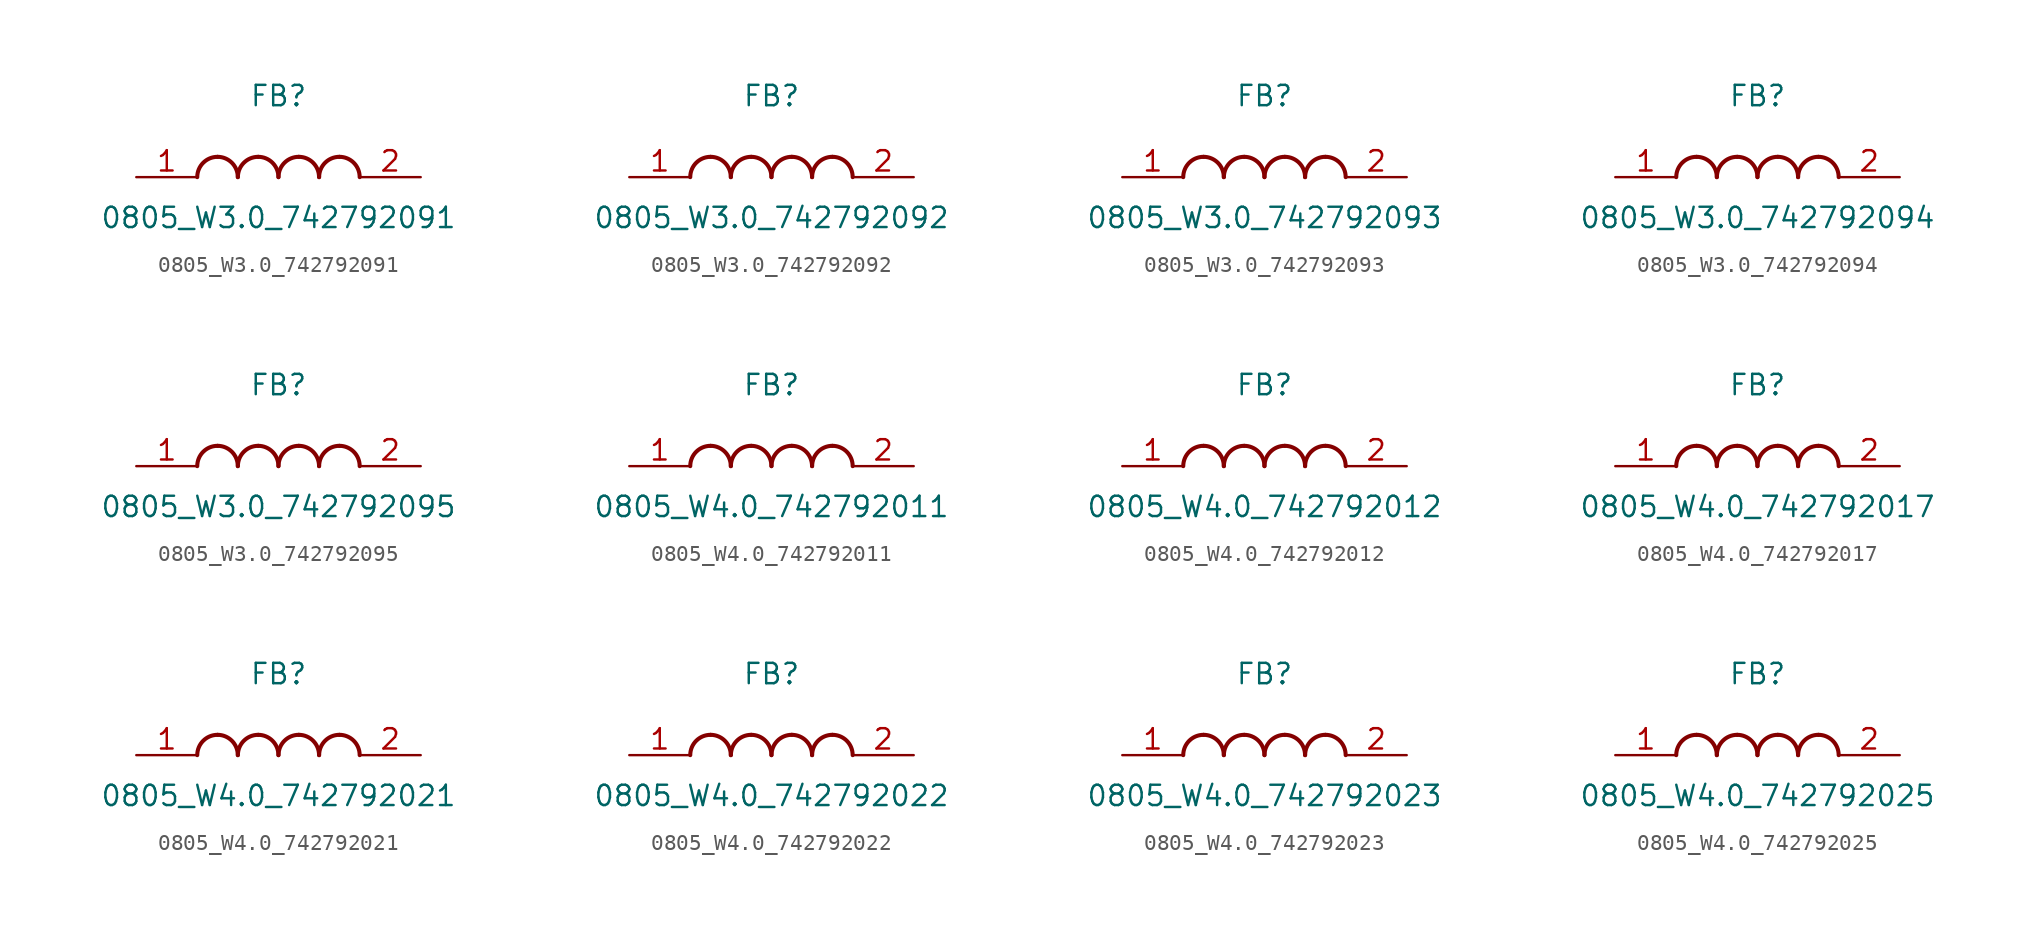
<source format=kicad_sym>
(kicad_symbol_lib
  (version 20211014)
  (generator kicad_symbol_editor)
  (symbol "Ferrite_Wurth_WE-CBF:0805_W3.0_742792091"
    (pin_names hide)
    (property "Reference" "FB"
      (at 0 5.08 0)
      (effects (font (size 1.27 1.27))))
    (property "Value" "0805_W3.0_742792091"
      (at 0 -2.54 0)
      (effects (font (size 1.27 1.27))))
    (symbol "0805_W3.0_742792091_0_1"
      (arc (start -3.81 1.27) (mid -4.708 0.898) (end -5.08 0) (stroke (width 0.254) (type default)) (fill (type none)))
      (arc (start -2.54 0) (mid -2.912 0.898) (end -3.81 1.27) (stroke (width 0.254) (type default)) (fill (type none)))
      (arc (start -1.2699 1.2701) (mid -2.1679 0.8981) (end -2.5399 0.0001) (stroke (width 0.254) (type default)) (fill (type none)))
      (arc (start 0.0001 0.0001) (mid -0.3719 0.8981) (end -1.2699 1.2701) (stroke (width 0.254) (type default)) (fill (type none)))
      (arc (start 1.2701 1.2701) (mid 0.3721 0.8981) (end 0.0001 0.0001) (stroke (width 0.254) (type default)) (fill (type none)))
      (arc (start 2.5401 0.0001) (mid 2.1681 0.8981) (end 1.2701 1.2701) (stroke (width 0.254) (type default)) (fill (type none)))
      (arc (start 3.8101 1.2701) (mid 2.9121 0.8981) (end 2.5401 0.0001) (stroke (width 0.254) (type default)) (fill (type none)))
      (arc (start 5.0801 0.0001) (mid 4.7081 0.8981) (end 3.8101 1.2701) (stroke (width 0.254) (type default)) (fill (type none))))
    (symbol "0805_W3.0_742792091_1_1"
      (pin passive line (at -8.89 0 0) (length 3.81) (name "1" (effects (font (size 1.27 1.27)))) (number "1" (effects (font (size 1.27 1.27)))))
      (pin passive line (at 8.89 0 180) (length 3.81) (name "2" (effects (font (size 1.27 1.27)))) (number "2" (effects (font (size 1.27 1.27)))))))
  (symbol "Ferrite_Wurth_WE-CBF:0805_W3.0_742792092"
    (pin_names hide)
    (property "Reference" "FB"
      (at 0 5.08 0)
      (effects (font (size 1.27 1.27))))
    (property "Value" "0805_W3.0_742792092"
      (at 0 -2.54 0)
      (effects (font (size 1.27 1.27))))
    (symbol "0805_W3.0_742792092_0_1"
      (arc (start -3.81 1.27) (mid -4.708 0.898) (end -5.08 0) (stroke (width 0.254) (type default)) (fill (type none)))
      (arc (start -2.54 0) (mid -2.912 0.898) (end -3.81 1.27) (stroke (width 0.254) (type default)) (fill (type none)))
      (arc (start -1.2699 1.2701) (mid -2.1679 0.8981) (end -2.5399 0.0001) (stroke (width 0.254) (type default)) (fill (type none)))
      (arc (start 0.0001 0.0001) (mid -0.3719 0.8981) (end -1.2699 1.2701) (stroke (width 0.254) (type default)) (fill (type none)))
      (arc (start 1.2701 1.2701) (mid 0.3721 0.8981) (end 0.0001 0.0001) (stroke (width 0.254) (type default)) (fill (type none)))
      (arc (start 2.5401 0.0001) (mid 2.1681 0.8981) (end 1.2701 1.2701) (stroke (width 0.254) (type default)) (fill (type none)))
      (arc (start 3.8101 1.2701) (mid 2.9121 0.8981) (end 2.5401 0.0001) (stroke (width 0.254) (type default)) (fill (type none)))
      (arc (start 5.0801 0.0001) (mid 4.7081 0.8981) (end 3.8101 1.2701) (stroke (width 0.254) (type default)) (fill (type none))))
    (symbol "0805_W3.0_742792092_1_1"
      (pin passive line (at -8.89 0 0) (length 3.81) (name "1" (effects (font (size 1.27 1.27)))) (number "1" (effects (font (size 1.27 1.27)))))
      (pin passive line (at 8.89 0 180) (length 3.81) (name "2" (effects (font (size 1.27 1.27)))) (number "2" (effects (font (size 1.27 1.27)))))))
  (symbol "Ferrite_Wurth_WE-CBF:0805_W3.0_742792093"
    (pin_names hide)
    (property "Reference" "FB"
      (at 0 5.08 0)
      (effects (font (size 1.27 1.27))))
    (property "Value" "0805_W3.0_742792093"
      (at 0 -2.54 0)
      (effects (font (size 1.27 1.27))))
    (symbol "0805_W3.0_742792093_0_1"
      (arc (start -3.81 1.27) (mid -4.708 0.898) (end -5.08 0) (stroke (width 0.254) (type default)) (fill (type none)))
      (arc (start -2.54 0) (mid -2.912 0.898) (end -3.81 1.27) (stroke (width 0.254) (type default)) (fill (type none)))
      (arc (start -1.2699 1.2701) (mid -2.1679 0.8981) (end -2.5399 0.0001) (stroke (width 0.254) (type default)) (fill (type none)))
      (arc (start 0.0001 0.0001) (mid -0.3719 0.8981) (end -1.2699 1.2701) (stroke (width 0.254) (type default)) (fill (type none)))
      (arc (start 1.2701 1.2701) (mid 0.3721 0.8981) (end 0.0001 0.0001) (stroke (width 0.254) (type default)) (fill (type none)))
      (arc (start 2.5401 0.0001) (mid 2.1681 0.8981) (end 1.2701 1.2701) (stroke (width 0.254) (type default)) (fill (type none)))
      (arc (start 3.8101 1.2701) (mid 2.9121 0.8981) (end 2.5401 0.0001) (stroke (width 0.254) (type default)) (fill (type none)))
      (arc (start 5.0801 0.0001) (mid 4.7081 0.8981) (end 3.8101 1.2701) (stroke (width 0.254) (type default)) (fill (type none))))
    (symbol "0805_W3.0_742792093_1_1"
      (pin passive line (at -8.89 0 0) (length 3.81) (name "1" (effects (font (size 1.27 1.27)))) (number "1" (effects (font (size 1.27 1.27)))))
      (pin passive line (at 8.89 0 180) (length 3.81) (name "2" (effects (font (size 1.27 1.27)))) (number "2" (effects (font (size 1.27 1.27)))))))
  (symbol "Ferrite_Wurth_WE-CBF:0805_W3.0_742792094"
    (pin_names hide)
    (property "Reference" "FB"
      (at 0 5.08 0)
      (effects (font (size 1.27 1.27))))
    (property "Value" "0805_W3.0_742792094"
      (at 0 -2.54 0)
      (effects (font (size 1.27 1.27))))
    (symbol "0805_W3.0_742792094_0_1"
      (arc (start -3.81 1.27) (mid -4.708 0.898) (end -5.08 0) (stroke (width 0.254) (type default)) (fill (type none)))
      (arc (start -2.54 0) (mid -2.912 0.898) (end -3.81 1.27) (stroke (width 0.254) (type default)) (fill (type none)))
      (arc (start -1.2699 1.2701) (mid -2.1679 0.8981) (end -2.5399 0.0001) (stroke (width 0.254) (type default)) (fill (type none)))
      (arc (start 0.0001 0.0001) (mid -0.3719 0.8981) (end -1.2699 1.2701) (stroke (width 0.254) (type default)) (fill (type none)))
      (arc (start 1.2701 1.2701) (mid 0.3721 0.8981) (end 0.0001 0.0001) (stroke (width 0.254) (type default)) (fill (type none)))
      (arc (start 2.5401 0.0001) (mid 2.1681 0.8981) (end 1.2701 1.2701) (stroke (width 0.254) (type default)) (fill (type none)))
      (arc (start 3.8101 1.2701) (mid 2.9121 0.8981) (end 2.5401 0.0001) (stroke (width 0.254) (type default)) (fill (type none)))
      (arc (start 5.0801 0.0001) (mid 4.7081 0.8981) (end 3.8101 1.2701) (stroke (width 0.254) (type default)) (fill (type none))))
    (symbol "0805_W3.0_742792094_1_1"
      (pin passive line (at -8.89 0 0) (length 3.81) (name "1" (effects (font (size 1.27 1.27)))) (number "1" (effects (font (size 1.27 1.27)))))
      (pin passive line (at 8.89 0 180) (length 3.81) (name "2" (effects (font (size 1.27 1.27)))) (number "2" (effects (font (size 1.27 1.27)))))))
  (symbol "Ferrite_Wurth_WE-CBF:0805_W3.0_742792095"
    (pin_names hide)
    (property "Reference" "FB"
      (at 0 5.08 0)
      (effects (font (size 1.27 1.27))))
    (property "Value" "0805_W3.0_742792095"
      (at 0 -2.54 0)
      (effects (font (size 1.27 1.27))))
    (symbol "0805_W3.0_742792095_0_1"
      (arc (start -3.81 1.27) (mid -4.708 0.898) (end -5.08 0) (stroke (width 0.254) (type default)) (fill (type none)))
      (arc (start -2.54 0) (mid -2.912 0.898) (end -3.81 1.27) (stroke (width 0.254) (type default)) (fill (type none)))
      (arc (start -1.2699 1.2701) (mid -2.1679 0.8981) (end -2.5399 0.0001) (stroke (width 0.254) (type default)) (fill (type none)))
      (arc (start 0.0001 0.0001) (mid -0.3719 0.8981) (end -1.2699 1.2701) (stroke (width 0.254) (type default)) (fill (type none)))
      (arc (start 1.2701 1.2701) (mid 0.3721 0.8981) (end 0.0001 0.0001) (stroke (width 0.254) (type default)) (fill (type none)))
      (arc (start 2.5401 0.0001) (mid 2.1681 0.8981) (end 1.2701 1.2701) (stroke (width 0.254) (type default)) (fill (type none)))
      (arc (start 3.8101 1.2701) (mid 2.9121 0.8981) (end 2.5401 0.0001) (stroke (width 0.254) (type default)) (fill (type none)))
      (arc (start 5.0801 0.0001) (mid 4.7081 0.8981) (end 3.8101 1.2701) (stroke (width 0.254) (type default)) (fill (type none))))
    (symbol "0805_W3.0_742792095_1_1"
      (pin passive line (at -8.89 0 0) (length 3.81) (name "1" (effects (font (size 1.27 1.27)))) (number "1" (effects (font (size 1.27 1.27)))))
      (pin passive line (at 8.89 0 180) (length 3.81) (name "2" (effects (font (size 1.27 1.27)))) (number "2" (effects (font (size 1.27 1.27)))))))
  (symbol "Ferrite_Wurth_WE-CBF:0805_W4.0_742792011"
    (pin_names hide)
    (property "Reference" "FB"
      (at 0 5.08 0)
      (effects (font (size 1.27 1.27))))
    (property "Value" "0805_W4.0_742792011"
      (at 0 -2.54 0)
      (effects (font (size 1.27 1.27))))
    (symbol "0805_W4.0_742792011_0_1"
      (arc (start -3.81 1.27) (mid -4.708 0.898) (end -5.08 0) (stroke (width 0.254) (type default)) (fill (type none)))
      (arc (start -2.54 0) (mid -2.912 0.898) (end -3.81 1.27) (stroke (width 0.254) (type default)) (fill (type none)))
      (arc (start -1.2699 1.2701) (mid -2.1679 0.8981) (end -2.5399 0.0001) (stroke (width 0.254) (type default)) (fill (type none)))
      (arc (start 0.0001 0.0001) (mid -0.3719 0.8981) (end -1.2699 1.2701) (stroke (width 0.254) (type default)) (fill (type none)))
      (arc (start 1.2701 1.2701) (mid 0.3721 0.8981) (end 0.0001 0.0001) (stroke (width 0.254) (type default)) (fill (type none)))
      (arc (start 2.5401 0.0001) (mid 2.1681 0.8981) (end 1.2701 1.2701) (stroke (width 0.254) (type default)) (fill (type none)))
      (arc (start 3.8101 1.2701) (mid 2.9121 0.8981) (end 2.5401 0.0001) (stroke (width 0.254) (type default)) (fill (type none)))
      (arc (start 5.0801 0.0001) (mid 4.7081 0.8981) (end 3.8101 1.2701) (stroke (width 0.254) (type default)) (fill (type none))))
    (symbol "0805_W4.0_742792011_1_1"
      (pin passive line (at -8.89 0 0) (length 3.81) (name "1" (effects (font (size 1.27 1.27)))) (number "1" (effects (font (size 1.27 1.27)))))
      (pin passive line (at 8.89 0 180) (length 3.81) (name "2" (effects (font (size 1.27 1.27)))) (number "2" (effects (font (size 1.27 1.27)))))))
  (symbol "Ferrite_Wurth_WE-CBF:0805_W4.0_742792012"
    (pin_names hide)
    (property "Reference" "FB"
      (at 0 5.08 0)
      (effects (font (size 1.27 1.27))))
    (property "Value" "0805_W4.0_742792012"
      (at 0 -2.54 0)
      (effects (font (size 1.27 1.27))))
    (symbol "0805_W4.0_742792012_0_1"
      (arc (start -3.81 1.27) (mid -4.708 0.898) (end -5.08 0) (stroke (width 0.254) (type default)) (fill (type none)))
      (arc (start -2.54 0) (mid -2.912 0.898) (end -3.81 1.27) (stroke (width 0.254) (type default)) (fill (type none)))
      (arc (start -1.2699 1.2701) (mid -2.1679 0.8981) (end -2.5399 0.0001) (stroke (width 0.254) (type default)) (fill (type none)))
      (arc (start 0.0001 0.0001) (mid -0.3719 0.8981) (end -1.2699 1.2701) (stroke (width 0.254) (type default)) (fill (type none)))
      (arc (start 1.2701 1.2701) (mid 0.3721 0.8981) (end 0.0001 0.0001) (stroke (width 0.254) (type default)) (fill (type none)))
      (arc (start 2.5401 0.0001) (mid 2.1681 0.8981) (end 1.2701 1.2701) (stroke (width 0.254) (type default)) (fill (type none)))
      (arc (start 3.8101 1.2701) (mid 2.9121 0.8981) (end 2.5401 0.0001) (stroke (width 0.254) (type default)) (fill (type none)))
      (arc (start 5.0801 0.0001) (mid 4.7081 0.8981) (end 3.8101 1.2701) (stroke (width 0.254) (type default)) (fill (type none))))
    (symbol "0805_W4.0_742792012_1_1"
      (pin passive line (at -8.89 0 0) (length 3.81) (name "1" (effects (font (size 1.27 1.27)))) (number "1" (effects (font (size 1.27 1.27)))))
      (pin passive line (at 8.89 0 180) (length 3.81) (name "2" (effects (font (size 1.27 1.27)))) (number "2" (effects (font (size 1.27 1.27)))))))
  (symbol "Ferrite_Wurth_WE-CBF:0805_W4.0_742792017"
    (pin_names hide)
    (property "Reference" "FB"
      (at 0 5.08 0)
      (effects (font (size 1.27 1.27))))
    (property "Value" "0805_W4.0_742792017"
      (at 0 -2.54 0)
      (effects (font (size 1.27 1.27))))
    (symbol "0805_W4.0_742792017_0_1"
      (arc (start -3.81 1.27) (mid -4.708 0.898) (end -5.08 0) (stroke (width 0.254) (type default)) (fill (type none)))
      (arc (start -2.54 0) (mid -2.912 0.898) (end -3.81 1.27) (stroke (width 0.254) (type default)) (fill (type none)))
      (arc (start -1.2699 1.2701) (mid -2.1679 0.8981) (end -2.5399 0.0001) (stroke (width 0.254) (type default)) (fill (type none)))
      (arc (start 0.0001 0.0001) (mid -0.3719 0.8981) (end -1.2699 1.2701) (stroke (width 0.254) (type default)) (fill (type none)))
      (arc (start 1.2701 1.2701) (mid 0.3721 0.8981) (end 0.0001 0.0001) (stroke (width 0.254) (type default)) (fill (type none)))
      (arc (start 2.5401 0.0001) (mid 2.1681 0.8981) (end 1.2701 1.2701) (stroke (width 0.254) (type default)) (fill (type none)))
      (arc (start 3.8101 1.2701) (mid 2.9121 0.8981) (end 2.5401 0.0001) (stroke (width 0.254) (type default)) (fill (type none)))
      (arc (start 5.0801 0.0001) (mid 4.7081 0.8981) (end 3.8101 1.2701) (stroke (width 0.254) (type default)) (fill (type none))))
    (symbol "0805_W4.0_742792017_1_1"
      (pin passive line (at -8.89 0 0) (length 3.81) (name "1" (effects (font (size 1.27 1.27)))) (number "1" (effects (font (size 1.27 1.27)))))
      (pin passive line (at 8.89 0 180) (length 3.81) (name "2" (effects (font (size 1.27 1.27)))) (number "2" (effects (font (size 1.27 1.27)))))))
  (symbol "Ferrite_Wurth_WE-CBF:0805_W4.0_742792021"
    (pin_names hide)
    (property "Reference" "FB"
      (at 0 5.08 0)
      (effects (font (size 1.27 1.27))))
    (property "Value" "0805_W4.0_742792021"
      (at 0 -2.54 0)
      (effects (font (size 1.27 1.27))))
    (symbol "0805_W4.0_742792021_0_1"
      (arc (start -3.81 1.27) (mid -4.708 0.898) (end -5.08 0) (stroke (width 0.254) (type default)) (fill (type none)))
      (arc (start -2.54 0) (mid -2.912 0.898) (end -3.81 1.27) (stroke (width 0.254) (type default)) (fill (type none)))
      (arc (start -1.2699 1.2701) (mid -2.1679 0.8981) (end -2.5399 0.0001) (stroke (width 0.254) (type default)) (fill (type none)))
      (arc (start 0.0001 0.0001) (mid -0.3719 0.8981) (end -1.2699 1.2701) (stroke (width 0.254) (type default)) (fill (type none)))
      (arc (start 1.2701 1.2701) (mid 0.3721 0.8981) (end 0.0001 0.0001) (stroke (width 0.254) (type default)) (fill (type none)))
      (arc (start 2.5401 0.0001) (mid 2.1681 0.8981) (end 1.2701 1.2701) (stroke (width 0.254) (type default)) (fill (type none)))
      (arc (start 3.8101 1.2701) (mid 2.9121 0.8981) (end 2.5401 0.0001) (stroke (width 0.254) (type default)) (fill (type none)))
      (arc (start 5.0801 0.0001) (mid 4.7081 0.8981) (end 3.8101 1.2701) (stroke (width 0.254) (type default)) (fill (type none))))
    (symbol "0805_W4.0_742792021_1_1"
      (pin passive line (at -8.89 0 0) (length 3.81) (name "1" (effects (font (size 1.27 1.27)))) (number "1" (effects (font (size 1.27 1.27)))))
      (pin passive line (at 8.89 0 180) (length 3.81) (name "2" (effects (font (size 1.27 1.27)))) (number "2" (effects (font (size 1.27 1.27)))))))
  (symbol "Ferrite_Wurth_WE-CBF:0805_W4.0_742792022"
    (pin_names hide)
    (property "Reference" "FB"
      (at 0 5.08 0)
      (effects (font (size 1.27 1.27))))
    (property "Value" "0805_W4.0_742792022"
      (at 0 -2.54 0)
      (effects (font (size 1.27 1.27))))
    (symbol "0805_W4.0_742792022_0_1"
      (arc (start -3.81 1.27) (mid -4.708 0.898) (end -5.08 0) (stroke (width 0.254) (type default)) (fill (type none)))
      (arc (start -2.54 0) (mid -2.912 0.898) (end -3.81 1.27) (stroke (width 0.254) (type default)) (fill (type none)))
      (arc (start -1.2699 1.2701) (mid -2.1679 0.8981) (end -2.5399 0.0001) (stroke (width 0.254) (type default)) (fill (type none)))
      (arc (start 0.0001 0.0001) (mid -0.3719 0.8981) (end -1.2699 1.2701) (stroke (width 0.254) (type default)) (fill (type none)))
      (arc (start 1.2701 1.2701) (mid 0.3721 0.8981) (end 0.0001 0.0001) (stroke (width 0.254) (type default)) (fill (type none)))
      (arc (start 2.5401 0.0001) (mid 2.1681 0.8981) (end 1.2701 1.2701) (stroke (width 0.254) (type default)) (fill (type none)))
      (arc (start 3.8101 1.2701) (mid 2.9121 0.8981) (end 2.5401 0.0001) (stroke (width 0.254) (type default)) (fill (type none)))
      (arc (start 5.0801 0.0001) (mid 4.7081 0.8981) (end 3.8101 1.2701) (stroke (width 0.254) (type default)) (fill (type none))))
    (symbol "0805_W4.0_742792022_1_1"
      (pin passive line (at -8.89 0 0) (length 3.81) (name "1" (effects (font (size 1.27 1.27)))) (number "1" (effects (font (size 1.27 1.27)))))
      (pin passive line (at 8.89 0 180) (length 3.81) (name "2" (effects (font (size 1.27 1.27)))) (number "2" (effects (font (size 1.27 1.27)))))))
  (symbol "Ferrite_Wurth_WE-CBF:0805_W4.0_742792023"
    (pin_names hide)
    (property "Reference" "FB"
      (at 0 5.08 0)
      (effects (font (size 1.27 1.27))))
    (property "Value" "0805_W4.0_742792023"
      (at 0 -2.54 0)
      (effects (font (size 1.27 1.27))))
    (symbol "0805_W4.0_742792023_0_1"
      (arc (start -3.81 1.27) (mid -4.708 0.898) (end -5.08 0) (stroke (width 0.254) (type default)) (fill (type none)))
      (arc (start -2.54 0) (mid -2.912 0.898) (end -3.81 1.27) (stroke (width 0.254) (type default)) (fill (type none)))
      (arc (start -1.2699 1.2701) (mid -2.1679 0.8981) (end -2.5399 0.0001) (stroke (width 0.254) (type default)) (fill (type none)))
      (arc (start 0.0001 0.0001) (mid -0.3719 0.8981) (end -1.2699 1.2701) (stroke (width 0.254) (type default)) (fill (type none)))
      (arc (start 1.2701 1.2701) (mid 0.3721 0.8981) (end 0.0001 0.0001) (stroke (width 0.254) (type default)) (fill (type none)))
      (arc (start 2.5401 0.0001) (mid 2.1681 0.8981) (end 1.2701 1.2701) (stroke (width 0.254) (type default)) (fill (type none)))
      (arc (start 3.8101 1.2701) (mid 2.9121 0.8981) (end 2.5401 0.0001) (stroke (width 0.254) (type default)) (fill (type none)))
      (arc (start 5.0801 0.0001) (mid 4.7081 0.8981) (end 3.8101 1.2701) (stroke (width 0.254) (type default)) (fill (type none))))
    (symbol "0805_W4.0_742792023_1_1"
      (pin passive line (at -8.89 0 0) (length 3.81) (name "1" (effects (font (size 1.27 1.27)))) (number "1" (effects (font (size 1.27 1.27)))))
      (pin passive line (at 8.89 0 180) (length 3.81) (name "2" (effects (font (size 1.27 1.27)))) (number "2" (effects (font (size 1.27 1.27)))))))
  (symbol "Ferrite_Wurth_WE-CBF:0805_W4.0_742792025"
    (pin_names hide)
    (property "Reference" "FB"
      (at 0 5.08 0)
      (effects (font (size 1.27 1.27))))
    (property "Value" "0805_W4.0_742792025"
      (at 0 -2.54 0)
      (effects (font (size 1.27 1.27))))
    (symbol "0805_W4.0_742792025_0_1"
      (arc (start -3.81 1.27) (mid -4.708 0.898) (end -5.08 0) (stroke (width 0.254) (type default)) (fill (type none)))
      (arc (start -2.54 0) (mid -2.912 0.898) (end -3.81 1.27) (stroke (width 0.254) (type default)) (fill (type none)))
      (arc (start -1.2699 1.2701) (mid -2.1679 0.8981) (end -2.5399 0.0001) (stroke (width 0.254) (type default)) (fill (type none)))
      (arc (start 0.0001 0.0001) (mid -0.3719 0.8981) (end -1.2699 1.2701) (stroke (width 0.254) (type default)) (fill (type none)))
      (arc (start 1.2701 1.2701) (mid 0.3721 0.8981) (end 0.0001 0.0001) (stroke (width 0.254) (type default)) (fill (type none)))
      (arc (start 2.5401 0.0001) (mid 2.1681 0.8981) (end 1.2701 1.2701) (stroke (width 0.254) (type default)) (fill (type none)))
      (arc (start 3.8101 1.2701) (mid 2.9121 0.8981) (end 2.5401 0.0001) (stroke (width 0.254) (type default)) (fill (type none)))
      (arc (start 5.0801 0.0001) (mid 4.7081 0.8981) (end 3.8101 1.2701) (stroke (width 0.254) (type default)) (fill (type none))))
    (symbol "0805_W4.0_742792025_1_1"
      (pin passive line (at -8.89 0 0) (length 3.81) (name "1" (effects (font (size 1.27 1.27)))) (number "1" (effects (font (size 1.27 1.27)))))
      (pin passive line (at 8.89 0 180) (length 3.81) (name "2" (effects (font (size 1.27 1.27)))) (number "2" (effects (font (size 1.27 1.27))))))))
</source>
